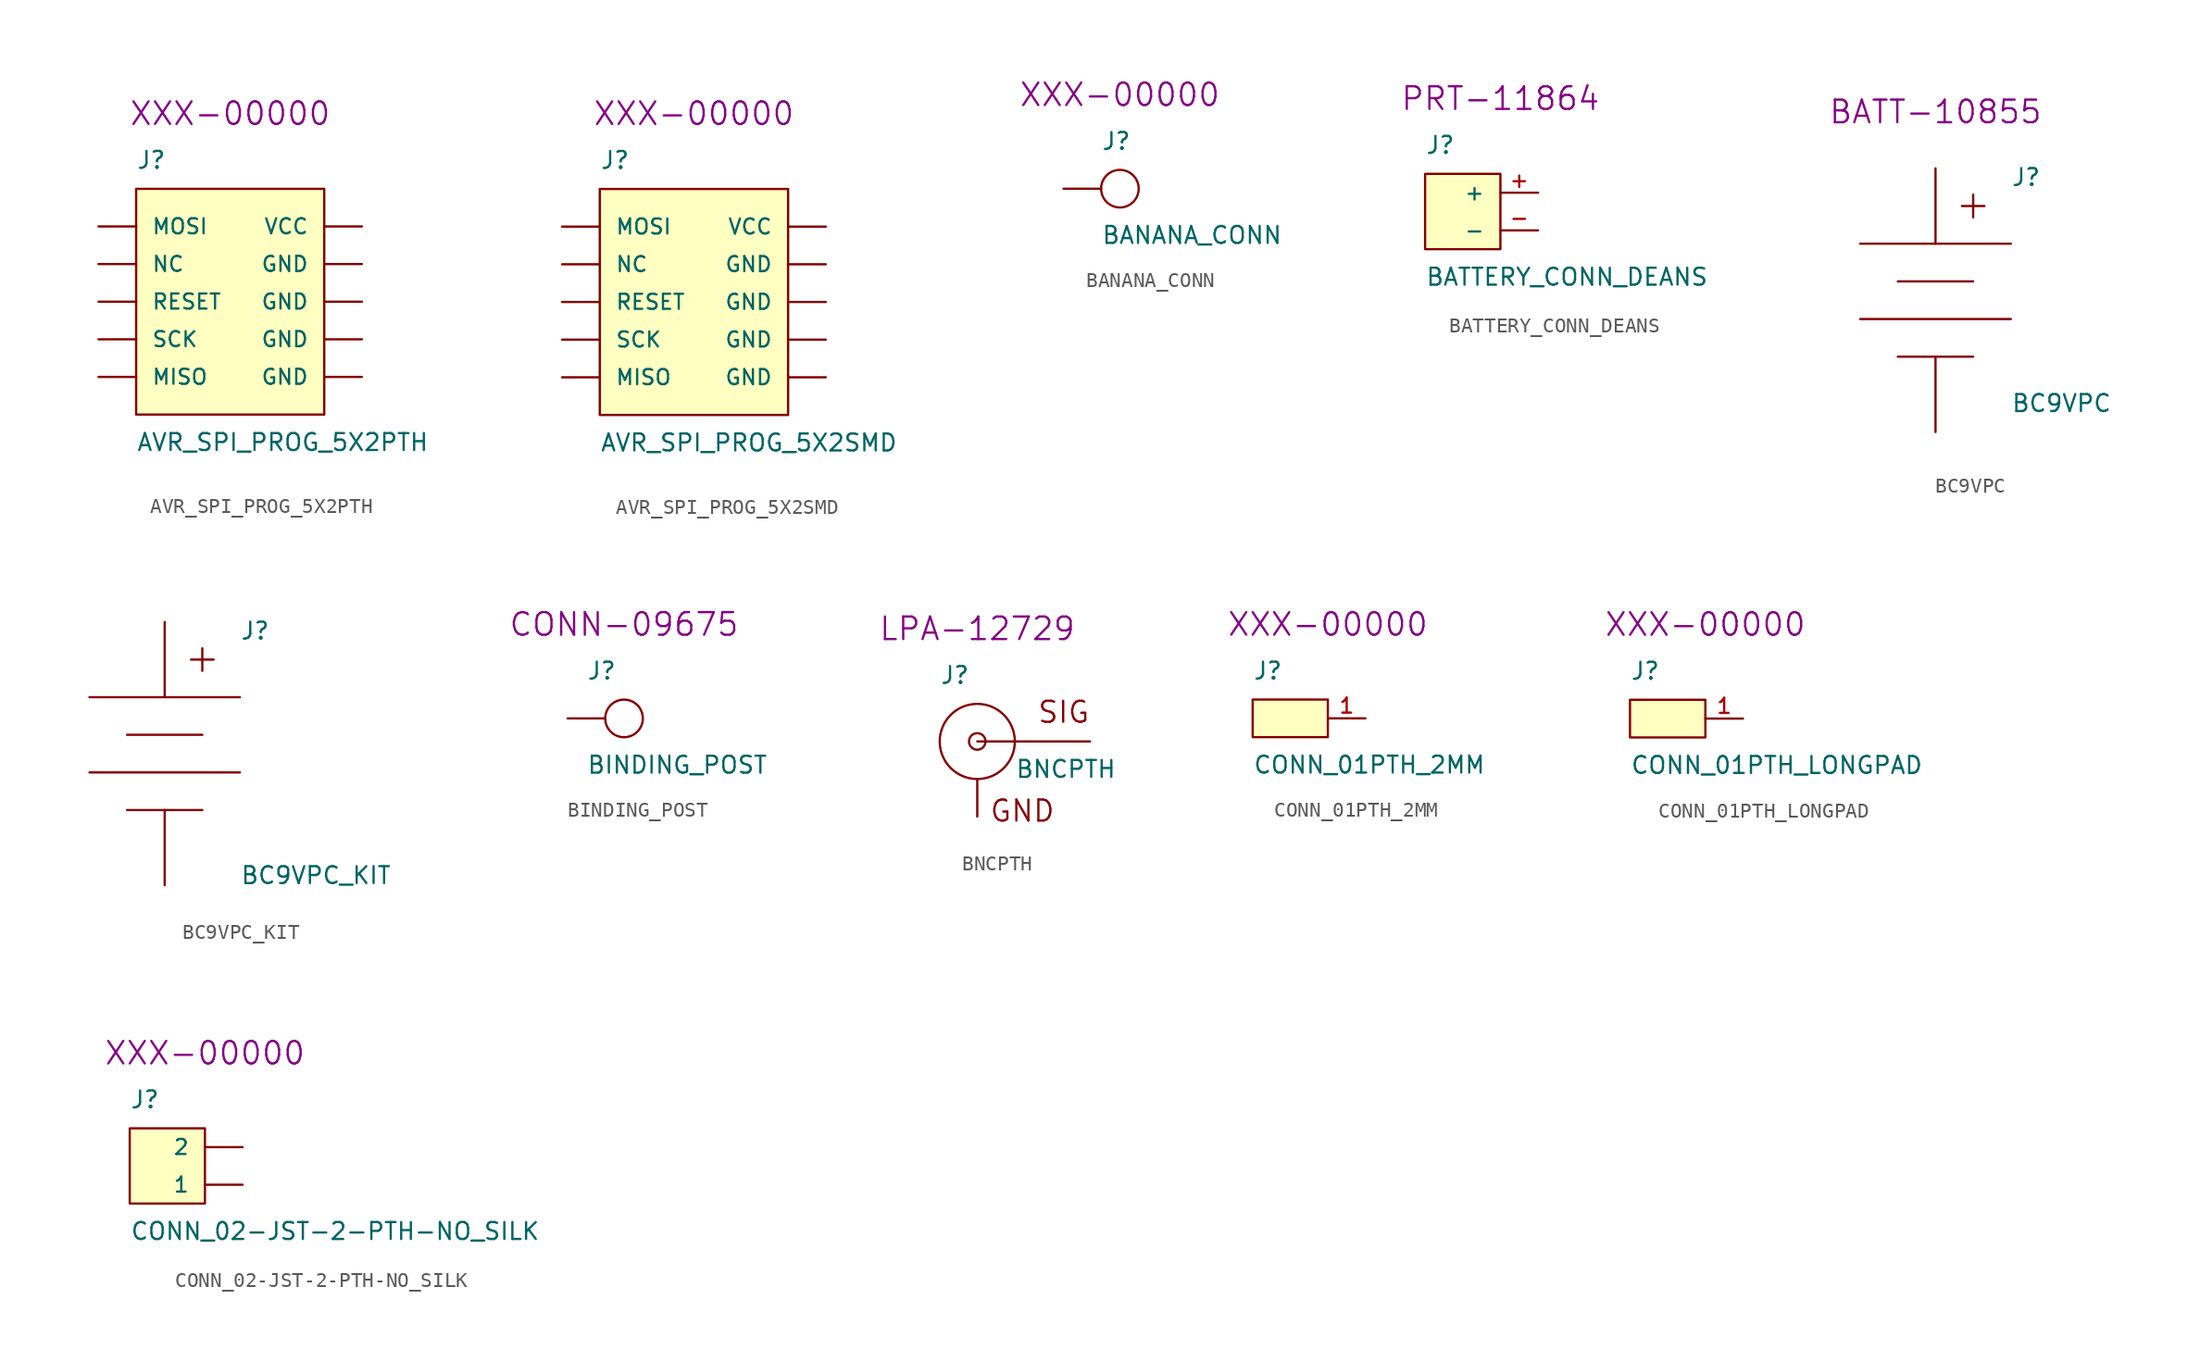
<source format=kicad_sym>
(kicad_symbol_lib
  (version 20201005)
  (generator kicad_symbol_editor)
  (symbol "AVR_SPI_PROG_5X2PTH"
    (pin_numbers hide)
    (pin_names
      (offset 1.016))
    (property "Reference" "J"
      (at -6.35 8.89 0)
      (effects (font (size 1.143 1.143)) (justify left bottom)))
    (property "Value" "AVR_SPI_PROG_5X2PTH"
      (at -6.35 -10.16 0)
      (effects (font (size 1.143 1.143)) (justify left bottom)))
    (property "Field4" "XXX-00000"
      (at 0 12.7 0)
      (effects (font (size 1.524 1.524))))
    (property "ki_locked" ""
      (at 0 0 0)
      (effects (font (size 1.27 1.27))))
    (symbol "AVR_SPI_PROG_5X2PTH_1_1"
      (polyline (pts (xy -6.35 -7.62) (xy 6.35 -7.62) (xy 6.35 7.62) (xy -6.35 7.62) (xy -6.35 -7.62)) (stroke (width 0)) (fill (type background)))
      (pin passive line (at -8.89 5.08 0) (length 2.54) (name "MOSI" (effects (font (size 1.016 1.016)))) (number "1" (effects (font (size 1.016 1.016)))))
      (pin power_in line (at 8.89 5.08 180) (length 2.54) (name "VCC" (effects (font (size 1.016 1.016)))) (number "2" (effects (font (size 1.016 1.016)))))
      (pin passive line (at -8.89 2.54 0) (length 2.54) (name "NC" (effects (font (size 1.016 1.016)))) (number "3" (effects (font (size 1.016 1.016)))))
      (pin power_in line (at 8.89 2.54 180) (length 2.54) (name "GND" (effects (font (size 1.016 1.016)))) (number "4" (effects (font (size 1.016 1.016)))))
      (pin passive line (at -8.89 0 0) (length 2.54) (name "RESET" (effects (font (size 1.016 1.016)))) (number "5" (effects (font (size 1.016 1.016)))))
      (pin power_in line (at 8.89 0 180) (length 2.54) (name "GND" (effects (font (size 1.016 1.016)))) (number "6" (effects (font (size 1.016 1.016)))))
      (pin passive line (at -8.89 -2.54 0) (length 2.54) (name "SCK" (effects (font (size 1.016 1.016)))) (number "7" (effects (font (size 1.016 1.016)))))
      (pin power_in line (at 8.89 -2.54 180) (length 2.54) (name "GND" (effects (font (size 1.016 1.016)))) (number "8" (effects (font (size 1.016 1.016)))))
      (pin passive line (at -8.89 -5.08 0) (length 2.54) (name "MISO" (effects (font (size 1.016 1.016)))) (number "9" (effects (font (size 1.016 1.016)))))
      (pin power_in line (at 8.89 -5.08 180) (length 2.54) (name "GND" (effects (font (size 1.016 1.016)))) (number "10" (effects (font (size 1.016 1.016)))))))
  (symbol "AVR_SPI_PROG_5X2SMD"
    (pin_numbers hide)
    (pin_names
      (offset 1.016))
    (property "Reference" "J"
      (at -6.35 8.89 0)
      (effects (font (size 1.143 1.143)) (justify left bottom)))
    (property "Value" "AVR_SPI_PROG_5X2SMD"
      (at -6.35 -10.16 0)
      (effects (font (size 1.143 1.143)) (justify left bottom)))
    (property "Field4" "XXX-00000"
      (at 0 12.7 0)
      (effects (font (size 1.524 1.524))))
    (property "ki_locked" ""
      (at 0 0 0)
      (effects (font (size 1.27 1.27))))
    (symbol "AVR_SPI_PROG_5X2SMD_1_1"
      (polyline (pts (xy -6.35 -7.62) (xy 6.35 -7.62) (xy 6.35 7.62) (xy -6.35 7.62) (xy -6.35 -7.62)) (stroke (width 0)) (fill (type background)))
      (pin passive line (at -8.89 5.08 0) (length 2.54) (name "MOSI" (effects (font (size 1.016 1.016)))) (number "1" (effects (font (size 1.016 1.016)))))
      (pin power_in line (at 8.89 5.08 180) (length 2.54) (name "VCC" (effects (font (size 1.016 1.016)))) (number "2" (effects (font (size 1.016 1.016)))))
      (pin passive line (at -8.89 2.54 0) (length 2.54) (name "NC" (effects (font (size 1.016 1.016)))) (number "3" (effects (font (size 1.016 1.016)))))
      (pin power_in line (at 8.89 2.54 180) (length 2.54) (name "GND" (effects (font (size 1.016 1.016)))) (number "4" (effects (font (size 1.016 1.016)))))
      (pin passive line (at -8.89 0 0) (length 2.54) (name "RESET" (effects (font (size 1.016 1.016)))) (number "5" (effects (font (size 1.016 1.016)))))
      (pin power_in line (at 8.89 0 180) (length 2.54) (name "GND" (effects (font (size 1.016 1.016)))) (number "6" (effects (font (size 1.016 1.016)))))
      (pin passive line (at -8.89 -2.54 0) (length 2.54) (name "SCK" (effects (font (size 1.016 1.016)))) (number "7" (effects (font (size 1.016 1.016)))))
      (pin power_in line (at 8.89 -2.54 180) (length 2.54) (name "GND" (effects (font (size 1.016 1.016)))) (number "8" (effects (font (size 1.016 1.016)))))
      (pin passive line (at -8.89 -5.08 0) (length 2.54) (name "MISO" (effects (font (size 1.016 1.016)))) (number "9" (effects (font (size 1.016 1.016)))))
      (pin power_in line (at 8.89 -5.08 180) (length 2.54) (name "GND" (effects (font (size 1.016 1.016)))) (number "10" (effects (font (size 1.016 1.016)))))))
  (symbol "BANANA_CONN"
    (pin_numbers hide)
    (pin_names
      (offset 1.016) hide)
    (property "Reference" "J"
      (at -1.27 2.54 0)
      (effects (font (size 1.143 1.143)) (justify left bottom)))
    (property "Value" "BANANA_CONN"
      (at -1.27 -3.81 0)
      (effects (font (size 1.143 1.143)) (justify left bottom)))
    (property "Field4" "XXX-00000"
      (at 0 6.35 0)
      (effects (font (size 1.524 1.524))))
    (property "ki_locked" ""
      (at 0 0 0)
      (effects (font (size 1.27 1.27))))
    (symbol "BANANA_CONN_1_1"
      (circle (center 0 0) (radius 1.27) (stroke (width 0)) (fill (type none)))
      (pin passive line (at -3.81 0 0) (length 2.54) (name "1" (effects (font (size 1.016 1.016)))) (number "1" (effects (font (size 1.016 1.016)))))))
  (symbol "BATTERY_CONN_DEANS"
    (pin_names
      (offset 1.016))
    (property "Reference" "J"
      (at -5.08 5.08 0)
      (effects (font (size 1.143 1.143)) (justify left bottom)))
    (property "Value" "BATTERY_CONN_DEANS"
      (at -5.08 -3.81 0)
      (effects (font (size 1.143 1.143)) (justify left bottom)))
    (property "Field4" "PRT-11864"
      (at 0 8.89 0)
      (effects (font (size 1.524 1.524))))
    (property "ki_locked" ""
      (at 0 0 0)
      (effects (font (size 1.27 1.27))))
    (symbol "BATTERY_CONN_DEANS_0_1"
      (rectangle (start 0 3.81) (end -5.08 -1.27) (stroke (width 0)) (fill (type background))))
    (symbol "BATTERY_CONN_DEANS_1_1"
      (pin passive line (at 2.54 2.54 180) (length 2.54) (name "+" (effects (font (size 1.016 1.016)))) (number "+" (effects (font (size 1.016 1.016)))))
      (pin passive line (at 2.54 0 180) (length 2.54) (name "-" (effects (font (size 1.016 1.016)))) (number "-" (effects (font (size 1.016 1.016)))))))
  (symbol "BC9VPC"
    (pin_numbers hide)
    (pin_names
      (offset 1.016) hide)
    (property "Reference" "J"
      (at 5.08 6.35 0)
      (effects (font (size 1.143 1.143)) (justify left bottom)))
    (property "Value" "BC9VPC"
      (at 5.08 -8.89 0)
      (effects (font (size 1.143 1.143)) (justify left bottom)))
    (property "Field4" "BATT-10855"
      (at 0 11.43 0)
      (effects (font (size 1.524 1.524))))
    (property "ki_locked" ""
      (at 0 0 0)
      (effects (font (size 1.27 1.27))))
    (symbol "BC9VPC_1_0"
      (polyline (pts (xy -5.08 -2.54) (xy 5.08 -2.54)) (stroke (width 0)) (fill (type none)))
      (polyline (pts (xy -5.08 2.54) (xy 5.08 2.54)) (stroke (width 0)) (fill (type none)))
      (polyline (pts (xy -2.54 -5.08) (xy 2.54 -5.08)) (stroke (width 0)) (fill (type none)))
      (polyline (pts (xy -2.54 0) (xy 2.54 0)) (stroke (width 0)) (fill (type none)))
      (polyline (pts (xy 1.778 5.08) (xy 3.302 5.08)) (stroke (width 0)) (fill (type none)))
      (polyline (pts (xy 2.54 5.842) (xy 2.54 4.318)) (stroke (width 0)) (fill (type none))))
    (symbol "BC9VPC_1_1"
      (pin bidirectional line (at 0 7.62 270) (length 5.08) (name "V+" (effects (font (size 1.016 1.016)))) (number "V+" (effects (font (size 1.016 1.016)))))
      (pin bidirectional line (at 0 -10.16 90) (length 5.08) (name "V-" (effects (font (size 1.016 1.016)))) (number "V-" (effects (font (size 1.016 1.016)))))))
  (symbol "BC9VPC_KIT"
    (pin_numbers hide)
    (pin_names
      (offset 1.016) hide)
    (property "Reference" "J"
      (at 5.08 6.35 0)
      (effects (font (size 1.143 1.143)) (justify left bottom)))
    (property "Value" "BC9VPC_KIT"
      (at 5.08 -10.16 0)
      (effects (font (size 1.143 1.143)) (justify left bottom)))
    (property "ki_locked" ""
      (at 0 0 0)
      (effects (font (size 1.27 1.27))))
    (symbol "BC9VPC_KIT_1_0"
      (polyline (pts (xy -5.08 -2.54) (xy 5.08 -2.54)) (stroke (width 0)) (fill (type none)))
      (polyline (pts (xy -5.08 2.54) (xy 5.08 2.54)) (stroke (width 0)) (fill (type none)))
      (polyline (pts (xy -2.54 -5.08) (xy 2.54 -5.08)) (stroke (width 0)) (fill (type none)))
      (polyline (pts (xy -2.54 0) (xy 2.54 0)) (stroke (width 0)) (fill (type none)))
      (polyline (pts (xy 1.778 5.08) (xy 3.302 5.08)) (stroke (width 0)) (fill (type none)))
      (polyline (pts (xy 2.54 5.842) (xy 2.54 4.318)) (stroke (width 0)) (fill (type none))))
    (symbol "BC9VPC_KIT_1_1"
      (pin bidirectional line (at 0 7.62 270) (length 5.08) (name "V+" (effects (font (size 1.016 1.016)))) (number "V+" (effects (font (size 1.016 1.016)))))
      (pin bidirectional line (at 0 -10.16 90) (length 5.08) (name "V-" (effects (font (size 1.016 1.016)))) (number "V-" (effects (font (size 1.016 1.016)))))))
  (symbol "BINDING_POST"
    (pin_numbers hide)
    (pin_names
      (offset 1.016) hide)
    (property "Reference" "J"
      (at -2.54 2.54 0)
      (effects (font (size 1.143 1.143)) (justify left bottom)))
    (property "Value" "BINDING_POST"
      (at -2.54 -3.81 0)
      (effects (font (size 1.143 1.143)) (justify left bottom)))
    (property "Field4" "CONN-09675"
      (at 0 6.35 0)
      (effects (font (size 1.524 1.524))))
    (property "ki_locked" ""
      (at 0 0 0)
      (effects (font (size 1.27 1.27))))
    (symbol "BINDING_POST_1_1"
      (circle (center 0 0) (radius 1.27) (stroke (width 0)) (fill (type none)))
      (pin bidirectional line (at -3.81 0 0) (length 2.54) (name "P$1" (effects (font (size 1.016 1.016)))) (number "P$1" (effects (font (size 1.016 1.016)))))))
  (symbol "BNCPTH"
    (pin_numbers hide)
    (pin_names
      (offset 1.016) hide)
    (property "Reference" "J"
      (at -2.54 3.81 0)
      (effects (font (size 1.143 1.143)) (justify left bottom)))
    (property "Value" "BNCPTH"
      (at 2.54 -2.54 0)
      (effects (font (size 1.143 1.143)) (justify left bottom)))
    (property "Field4" "LPA-12729"
      (at 0 7.62 0)
      (effects (font (size 1.524 1.524))))
    (property "ki_locked" ""
      (at 0 0 0)
      (effects (font (size 1.27 1.27))))
    (symbol "BNCPTH_1_0"
      (text "GND" (at 3.048 -4.699 0) (effects (font (size 1.422 1.422))))
      (text "SIG" (at 5.842 1.981 0) (effects (font (size 1.422 1.422)))))
    (symbol "BNCPTH_1_1"
      (circle (center 0 0) (radius 0.559) (stroke (width 0)) (fill (type none)))
      (circle (center 0 0) (radius 2.54) (stroke (width 0)) (fill (type none)))
      (pin bidirectional line (at 7.62 0 180) (length 7.62) (name "OUT" (effects (font (size 1.016 1.016)))) (number "S" (effects (font (size 1.016 1.016)))))
      (pin bidirectional line (at 0 -5.08 90) (length 2.54) (name "GND" (effects (font (size 1.016 1.016)))) (number "GND" (effects (font (size 1.016 1.016)))))))
  (symbol "CONN_01PTH_2MM"
    (pin_names
      (offset 1.016) hide)
    (property "Reference" "J"
      (at -5.08 2.54 0)
      (effects (font (size 1.143 1.143)) (justify left bottom)))
    (property "Value" "CONN_01PTH_2MM"
      (at -5.08 -3.81 0)
      (effects (font (size 1.143 1.143)) (justify left bottom)))
    (property "Field4" "XXX-00000"
      (at 0 6.35 0)
      (effects (font (size 1.524 1.524))))
    (symbol "CONN_01PTH_2MM_1_0"
      (rectangle (start 0 -1.27) (end -5.08 1.27) (stroke (width 0)) (fill (type background))))
    (symbol "CONN_01PTH_2MM_1_1"
      (pin passive line (at 2.54 0 180) (length 2.54) (name "1" (effects (font (size 1.016 1.016)))) (number "1" (effects (font (size 1.016 1.016)))))))
  (symbol "CONN_01PTH_LONGPAD"
    (pin_names
      (offset 1.016) hide)
    (property "Reference" "J"
      (at -5.08 2.54 0)
      (effects (font (size 1.143 1.143)) (justify left bottom)))
    (property "Value" "CONN_01PTH_LONGPAD"
      (at -5.08 -3.81 0)
      (effects (font (size 1.143 1.143)) (justify left bottom)))
    (property "Field4" "XXX-00000"
      (at 0 6.35 0)
      (effects (font (size 1.524 1.524))))
    (symbol "CONN_01PTH_LONGPAD_1_0"
      (rectangle (start 0 -1.27) (end -5.08 1.27) (stroke (width 0)) (fill (type background))))
    (symbol "CONN_01PTH_LONGPAD_1_1"
      (pin passive line (at 2.54 0 180) (length 2.54) (name "1" (effects (font (size 1.016 1.016)))) (number "1" (effects (font (size 1.016 1.016)))))))
  (symbol "CONN_02-JST-2-PTH-NO_SILK"
    (pin_numbers hide)
    (pin_names
      (offset 1.016))
    (property "Reference" "J"
      (at -5.08 5.08 0)
      (effects (font (size 1.143 1.143)) (justify left bottom)))
    (property "Value" "CONN_02-JST-2-PTH-NO_SILK"
      (at -5.08 -3.81 0)
      (effects (font (size 1.143 1.143)) (justify left bottom)))
    (property "Field4" "XXX-00000"
      (at 0 8.89 0)
      (effects (font (size 1.524 1.524))))
    (property "ki_locked" ""
      (at 0 0 0)
      (effects (font (size 1.27 1.27))))
    (symbol "CONN_02-JST-2-PTH-NO_SILK_1_0"
      (rectangle (start 0 -1.27) (end -5.08 3.81) (stroke (width 0)) (fill (type background))))
    (symbol "CONN_02-JST-2-PTH-NO_SILK_1_1"
      (pin passive line (at 2.54 0 180) (length 2.54) (name "1" (effects (font (size 1.016 1.016)))) (number "1" (effects (font (size 1.016 1.016)))))
      (pin passive line (at 2.54 2.54 180) (length 2.54) (name "2" (effects (font (size 1.016 1.016)))) (number "2" (effects (font (size 1.016 1.016))))))))
</source>
